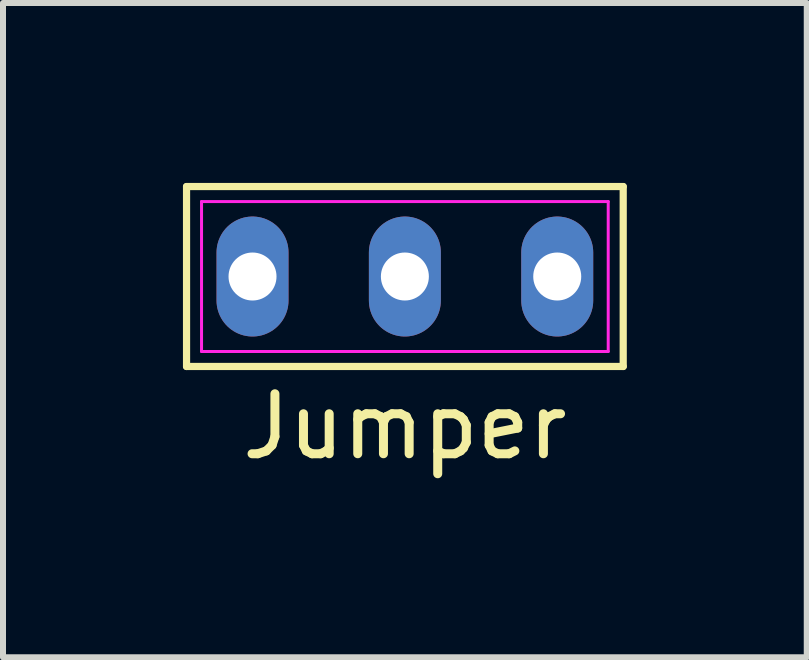
<source format=kicad_pcb>
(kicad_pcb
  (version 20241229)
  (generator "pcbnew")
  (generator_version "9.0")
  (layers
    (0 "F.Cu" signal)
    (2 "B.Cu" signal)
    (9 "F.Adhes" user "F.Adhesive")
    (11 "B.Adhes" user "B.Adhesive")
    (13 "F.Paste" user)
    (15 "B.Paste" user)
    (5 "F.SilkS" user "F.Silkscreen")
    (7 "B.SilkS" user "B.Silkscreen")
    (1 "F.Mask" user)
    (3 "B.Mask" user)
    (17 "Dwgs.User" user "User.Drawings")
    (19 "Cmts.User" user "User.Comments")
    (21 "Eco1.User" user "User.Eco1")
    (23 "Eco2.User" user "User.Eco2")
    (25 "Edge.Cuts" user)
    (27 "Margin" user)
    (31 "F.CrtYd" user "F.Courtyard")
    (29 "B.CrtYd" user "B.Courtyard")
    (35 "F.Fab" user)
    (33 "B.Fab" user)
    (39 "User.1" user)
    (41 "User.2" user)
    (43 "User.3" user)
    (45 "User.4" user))
  (footprint "Jumper"
    (layer "F.Cu")
    (at 3.7 1.56)
    (property "Reference" "Jumper" (at 0 2.5 0) (unlocked yes) (layer "F.SilkS") (effects (font (size 1 1) (thickness 0.15))))
    (attr through_hole)
    (fp_line (start -3.64 -1.5) (end 3.64 -1.5) (stroke (width 0.12) (type default)) (layer "F.SilkS"))
    (fp_line (start -3.64 1.5) (end -3.64 -1.5) (stroke (width 0.12) (type default)) (layer "F.SilkS"))
    (fp_line (start 3.64 -1.5) (end 3.64 1.5) (stroke (width 0.12) (type default)) (layer "F.SilkS"))
    (fp_line (start 3.64 1.5) (end -3.64 1.5) (stroke (width 0.12) (type default)) (layer "F.SilkS"))
    (fp_line (start -3.39 -1.25) (end 3.39 -1.25) (stroke (width 0.05) (type default)) (layer "F.CrtYd"))
    (fp_line (start -3.39 1.25) (end -3.39 -1.25) (stroke (width 0.05) (type default)) (layer "F.CrtYd"))
    (fp_line (start 3.39 -1.25) (end 3.39 1.25) (stroke (width 0.05) (type default)) (layer "F.CrtYd"))
    (fp_line (start 3.39 1.25) (end -3.39 1.25) (stroke (width 0.05) (type default)) (layer "F.CrtYd"))
    (pad "1" thru_hole oval (at -2.54 0) (size 1.2 2) (drill 0.8) (layers "*.Cu" "*.Mask"))
    (pad "2" thru_hole oval (at 0 0) (size 1.2 2) (drill 0.8) (layers "*.Cu" "*.Mask"))
    (pad "3" thru_hole oval (at 2.54 0) (size 1.2 2) (drill 0.8) (layers "*.Cu" "*.Mask")))
  (gr_rect
    (start -3 -3)
    (end 10.4 7.908)
    (stroke (width 0.1) (type default))
    (fill no)
    (layer "Edge.Cuts")))
</source>
